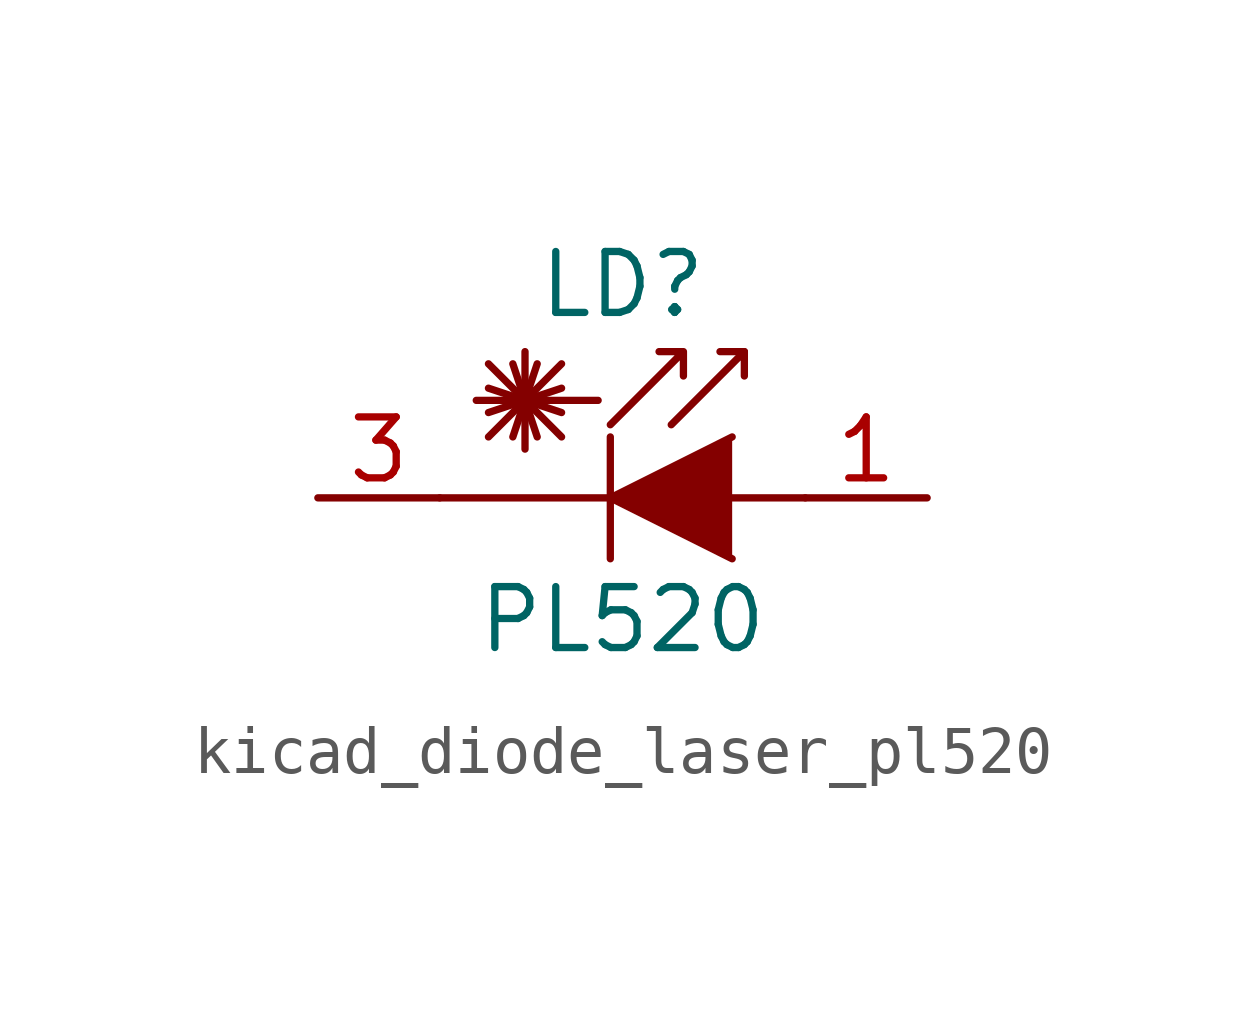
<source format=kicad_sym>
(kicad_symbol_lib
  (version 20220914)
  (generator kicad_symbol_editor)
  (symbol "kicad_diode_laser_pl520"
    (pin_names
      (offset 1.016) hide)
    (property "Reference" "LD"
      (at -1.27 4.445 0)
      (effects (font (size 1.27 1.27))))
    (property "Value" "PL520"
      (at -1.27 -2.54 0)
      (effects (font (size 1.27 1.27))))
    (symbol "kicad_diode_laser_pl520_0_1"
      (polyline (pts (xy -4.064 1.27) (xy -2.54 2.794)) (stroke (width 0) (type default)) (fill (type none)))
      (polyline (pts (xy -4.064 1.778) (xy -2.54 2.286)) (stroke (width 0) (type default)) (fill (type none)))
      (polyline (pts (xy -4.064 2.286) (xy -2.54 1.778)) (stroke (width 0) (type default)) (fill (type none)))
      (polyline (pts (xy -4.064 2.794) (xy -2.54 1.27)) (stroke (width 0) (type default)) (fill (type none)))
      (polyline (pts (xy -3.556 2.794) (xy -3.048 1.27)) (stroke (width 0) (type default)) (fill (type none)))
      (polyline (pts (xy -3.302 2.032) (xy -3.302 1.016)) (stroke (width 0) (type default)) (fill (type none)))
      (polyline (pts (xy -3.302 2.032) (xy -3.302 3.048)) (stroke (width 0) (type default)) (fill (type none)))
      (polyline (pts (xy -3.048 2.794) (xy -3.556 1.27)) (stroke (width 0) (type default)) (fill (type none)))
      (polyline (pts (xy -1.778 2.032) (xy -4.318 2.032)) (stroke (width 0) (type default)) (fill (type none)))
      (polyline (pts (xy -1.524 1.27) (xy -1.524 -1.27)) (stroke (width 0.152) (type default)) (fill (type none)))
      (polyline (pts (xy 1.27 3.048) (xy 0.762 3.048)) (stroke (width 0) (type default)) (fill (type none)))
      (polyline (pts (xy 2.54 0) (xy -5.08 0)) (stroke (width 0) (type default)) (fill (type none)))
      (polyline (pts (xy -0.254 1.524) (xy 1.27 3.048) (xy 1.27 2.54)) (stroke (width 0) (type default)) (fill (type none)))
      (polyline (pts (xy 1.016 1.27) (xy -1.524 0) (xy 1.016 -1.27)) (stroke (width 0) (type default)) (fill (type outline)))
      (polyline (pts (xy -1.524 1.524) (xy 0 3.048) (xy 0 2.54) (xy 0 3.048) (xy -0.508 3.048)) (stroke (width 0) (type default)) (fill (type none))))
    (symbol "kicad_diode_laser_pl520_1_1"
      (pin passive line (at 5.08 0 180) (length 2.54) (name "A" (effects (font (size 1.27 1.27)))) (number "1" (effects (font (size 1.27 1.27)))))
      (pin no_connect line (at -1.27 0 0) (length 2.54) hide (name "NC" (effects (font (size 1.27 1.27)))) (number "2" (effects (font (size 1.27 1.27)))))
      (pin passive line (at -7.62 0 0) (length 2.54) (name "C" (effects (font (size 1.27 1.27)))) (number "3" (effects (font (size 1.27 1.27))))))))
</source>
